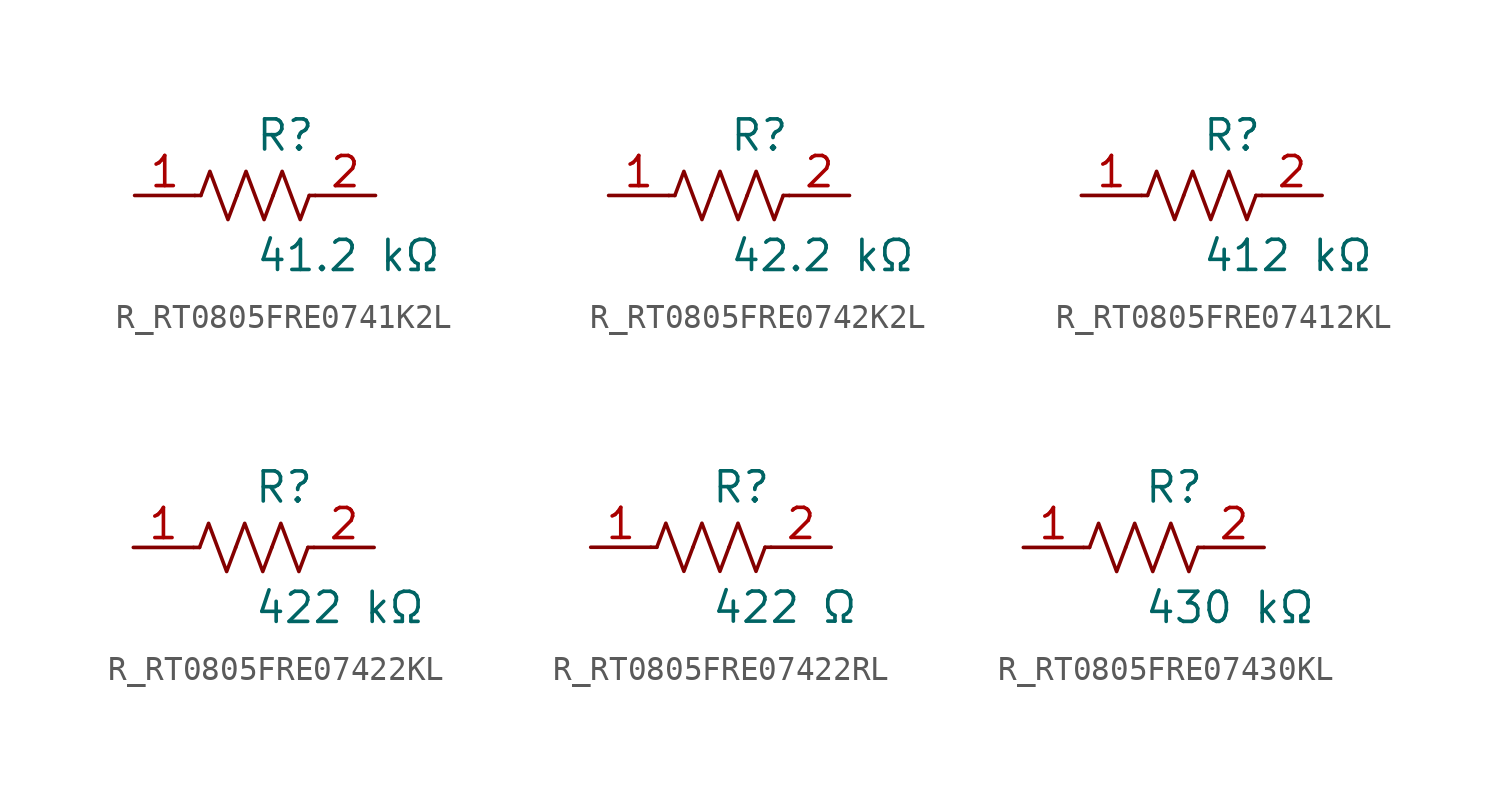
<source format=kicad_sym>
(kicad_symbol_lib
  (version 20231120)
  (generator kicad_symbol_editor)
  (generator_version 8.0)
  (symbol "R_RT0805FRE0741K2L"
    (pin_names
      (offset 0.254))
    (property "Reference" "R"
      (at 0 2.54 0)
      (effects (font (size 1.27 1.27)) (justify left)))
    (property "Value" "41.2 kΩ"
      (at 0 -2.54 0)
      (effects (font (size 1.27 1.27)) (justify left)))
    (symbol "R_RT0805FRE0741K2L_0_1"
      (polyline (pts (xy 2.286 0) (xy 2.54 0)) (stroke (width 0) (type default)) (fill (type none)))
      (polyline (pts (xy -2.286 0) (xy -2.54 0)) (stroke (width 0) (type default)) (fill (type none)))
      (polyline (pts (xy 0.762 0) (xy 1.143 1.016) (xy 1.524 0) (xy 1.905 -1.016) (xy 2.286 0)) (stroke (width 0) (type default)) (fill (type none)))
      (polyline (pts (xy -0.762 0) (xy -0.381 1.016) (xy 0 0) (xy 0.381 -1.016) (xy 0.762 0)) (stroke (width 0) (type default)) (fill (type none)))
      (polyline (pts (xy -2.286 0) (xy -1.905 1.016) (xy -1.524 0) (xy -1.143 -1.016) (xy -0.762 0)) (stroke (width 0) (type default)) (fill (type none))))
    (pin passive line
      (at -5.08 0 0)
      (length 2.54)
      (name "" (effects (font (size 1.27 1.27))))
      (number "1" (effects (font (size 1.27 1.27)))))
    (pin passive line
      (at 5.08 0 180)
      (length 2.54)
      (name "" (effects (font (size 1.27 1.27))))
      (number "2" (effects (font (size 1.27 1.27))))))
  (symbol "R_RT0805FRE0742K2L"
    (pin_names
      (offset 0.254))
    (property "Reference" "R"
      (at 0 2.54 0)
      (effects (font (size 1.27 1.27)) (justify left)))
    (property "Value" "42.2 kΩ"
      (at 0 -2.54 0)
      (effects (font (size 1.27 1.27)) (justify left)))
    (symbol "R_RT0805FRE0742K2L_0_1"
      (polyline (pts (xy 2.286 0) (xy 2.54 0)) (stroke (width 0) (type default)) (fill (type none)))
      (polyline (pts (xy -2.286 0) (xy -2.54 0)) (stroke (width 0) (type default)) (fill (type none)))
      (polyline (pts (xy 0.762 0) (xy 1.143 1.016) (xy 1.524 0) (xy 1.905 -1.016) (xy 2.286 0)) (stroke (width 0) (type default)) (fill (type none)))
      (polyline (pts (xy -0.762 0) (xy -0.381 1.016) (xy 0 0) (xy 0.381 -1.016) (xy 0.762 0)) (stroke (width 0) (type default)) (fill (type none)))
      (polyline (pts (xy -2.286 0) (xy -1.905 1.016) (xy -1.524 0) (xy -1.143 -1.016) (xy -0.762 0)) (stroke (width 0) (type default)) (fill (type none))))
    (pin passive line
      (at -5.08 0 0)
      (length 2.54)
      (name "" (effects (font (size 1.27 1.27))))
      (number "1" (effects (font (size 1.27 1.27)))))
    (pin passive line
      (at 5.08 0 180)
      (length 2.54)
      (name "" (effects (font (size 1.27 1.27))))
      (number "2" (effects (font (size 1.27 1.27))))))
  (symbol "R_RT0805FRE07412KL"
    (pin_names
      (offset 0.254))
    (property "Reference" "R"
      (at 0 2.54 0)
      (effects (font (size 1.27 1.27)) (justify left)))
    (property "Value" "412 kΩ"
      (at 0 -2.54 0)
      (effects (font (size 1.27 1.27)) (justify left)))
    (symbol "R_RT0805FRE07412KL_0_1"
      (polyline (pts (xy 2.286 0) (xy 2.54 0)) (stroke (width 0) (type default)) (fill (type none)))
      (polyline (pts (xy -2.286 0) (xy -2.54 0)) (stroke (width 0) (type default)) (fill (type none)))
      (polyline (pts (xy 0.762 0) (xy 1.143 1.016) (xy 1.524 0) (xy 1.905 -1.016) (xy 2.286 0)) (stroke (width 0) (type default)) (fill (type none)))
      (polyline (pts (xy -0.762 0) (xy -0.381 1.016) (xy 0 0) (xy 0.381 -1.016) (xy 0.762 0)) (stroke (width 0) (type default)) (fill (type none)))
      (polyline (pts (xy -2.286 0) (xy -1.905 1.016) (xy -1.524 0) (xy -1.143 -1.016) (xy -0.762 0)) (stroke (width 0) (type default)) (fill (type none))))
    (pin passive line
      (at -5.08 0 0)
      (length 2.54)
      (name "" (effects (font (size 1.27 1.27))))
      (number "1" (effects (font (size 1.27 1.27)))))
    (pin passive line
      (at 5.08 0 180)
      (length 2.54)
      (name "" (effects (font (size 1.27 1.27))))
      (number "2" (effects (font (size 1.27 1.27))))))
  (symbol "R_RT0805FRE07422KL"
    (pin_names
      (offset 0.254))
    (property "Reference" "R"
      (at 0 2.54 0)
      (effects (font (size 1.27 1.27)) (justify left)))
    (property "Value" "422 kΩ"
      (at 0 -2.54 0)
      (effects (font (size 1.27 1.27)) (justify left)))
    (symbol "R_RT0805FRE07422KL_0_1"
      (polyline (pts (xy 2.286 0) (xy 2.54 0)) (stroke (width 0) (type default)) (fill (type none)))
      (polyline (pts (xy -2.286 0) (xy -2.54 0)) (stroke (width 0) (type default)) (fill (type none)))
      (polyline (pts (xy 0.762 0) (xy 1.143 1.016) (xy 1.524 0) (xy 1.905 -1.016) (xy 2.286 0)) (stroke (width 0) (type default)) (fill (type none)))
      (polyline (pts (xy -0.762 0) (xy -0.381 1.016) (xy 0 0) (xy 0.381 -1.016) (xy 0.762 0)) (stroke (width 0) (type default)) (fill (type none)))
      (polyline (pts (xy -2.286 0) (xy -1.905 1.016) (xy -1.524 0) (xy -1.143 -1.016) (xy -0.762 0)) (stroke (width 0) (type default)) (fill (type none))))
    (pin passive line
      (at -5.08 0 0)
      (length 2.54)
      (name "" (effects (font (size 1.27 1.27))))
      (number "1" (effects (font (size 1.27 1.27)))))
    (pin passive line
      (at 5.08 0 180)
      (length 2.54)
      (name "" (effects (font (size 1.27 1.27))))
      (number "2" (effects (font (size 1.27 1.27))))))
  (symbol "R_RT0805FRE07422RL"
    (pin_names
      (offset 0.254))
    (property "Reference" "R"
      (at 0 2.54 0)
      (effects (font (size 1.27 1.27)) (justify left)))
    (property "Value" "422 Ω"
      (at 0 -2.54 0)
      (effects (font (size 1.27 1.27)) (justify left)))
    (symbol "R_RT0805FRE07422RL_0_1"
      (polyline (pts (xy 2.286 0) (xy 2.54 0)) (stroke (width 0) (type default)) (fill (type none)))
      (polyline (pts (xy -2.286 0) (xy -2.54 0)) (stroke (width 0) (type default)) (fill (type none)))
      (polyline (pts (xy 0.762 0) (xy 1.143 1.016) (xy 1.524 0) (xy 1.905 -1.016) (xy 2.286 0)) (stroke (width 0) (type default)) (fill (type none)))
      (polyline (pts (xy -0.762 0) (xy -0.381 1.016) (xy 0 0) (xy 0.381 -1.016) (xy 0.762 0)) (stroke (width 0) (type default)) (fill (type none)))
      (polyline (pts (xy -2.286 0) (xy -1.905 1.016) (xy -1.524 0) (xy -1.143 -1.016) (xy -0.762 0)) (stroke (width 0) (type default)) (fill (type none))))
    (pin passive line
      (at -5.08 0 0)
      (length 2.54)
      (name "" (effects (font (size 1.27 1.27))))
      (number "1" (effects (font (size 1.27 1.27)))))
    (pin passive line
      (at 5.08 0 180)
      (length 2.54)
      (name "" (effects (font (size 1.27 1.27))))
      (number "2" (effects (font (size 1.27 1.27))))))
  (symbol "R_RT0805FRE07430KL"
    (pin_names
      (offset 0.254))
    (property "Reference" "R"
      (at 0 2.54 0)
      (effects (font (size 1.27 1.27)) (justify left)))
    (property "Value" "430 kΩ"
      (at 0 -2.54 0)
      (effects (font (size 1.27 1.27)) (justify left)))
    (symbol "R_RT0805FRE07430KL_0_1"
      (polyline (pts (xy 2.286 0) (xy 2.54 0)) (stroke (width 0) (type default)) (fill (type none)))
      (polyline (pts (xy -2.286 0) (xy -2.54 0)) (stroke (width 0) (type default)) (fill (type none)))
      (polyline (pts (xy 0.762 0) (xy 1.143 1.016) (xy 1.524 0) (xy 1.905 -1.016) (xy 2.286 0)) (stroke (width 0) (type default)) (fill (type none)))
      (polyline (pts (xy -0.762 0) (xy -0.381 1.016) (xy 0 0) (xy 0.381 -1.016) (xy 0.762 0)) (stroke (width 0) (type default)) (fill (type none)))
      (polyline (pts (xy -2.286 0) (xy -1.905 1.016) (xy -1.524 0) (xy -1.143 -1.016) (xy -0.762 0)) (stroke (width 0) (type default)) (fill (type none))))
    (pin passive line
      (at -5.08 0 0)
      (length 2.54)
      (name "" (effects (font (size 1.27 1.27))))
      (number "1" (effects (font (size 1.27 1.27)))))
    (pin passive line
      (at 5.08 0 180)
      (length 2.54)
      (name "" (effects (font (size 1.27 1.27))))
      (number "2" (effects (font (size 1.27 1.27)))))))
</source>
